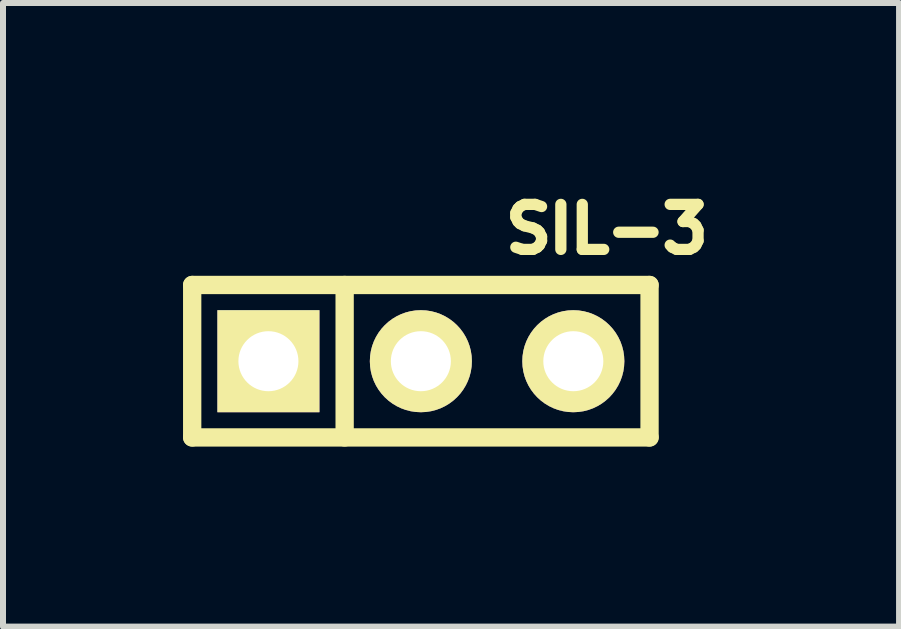
<source format=kicad_pcb>
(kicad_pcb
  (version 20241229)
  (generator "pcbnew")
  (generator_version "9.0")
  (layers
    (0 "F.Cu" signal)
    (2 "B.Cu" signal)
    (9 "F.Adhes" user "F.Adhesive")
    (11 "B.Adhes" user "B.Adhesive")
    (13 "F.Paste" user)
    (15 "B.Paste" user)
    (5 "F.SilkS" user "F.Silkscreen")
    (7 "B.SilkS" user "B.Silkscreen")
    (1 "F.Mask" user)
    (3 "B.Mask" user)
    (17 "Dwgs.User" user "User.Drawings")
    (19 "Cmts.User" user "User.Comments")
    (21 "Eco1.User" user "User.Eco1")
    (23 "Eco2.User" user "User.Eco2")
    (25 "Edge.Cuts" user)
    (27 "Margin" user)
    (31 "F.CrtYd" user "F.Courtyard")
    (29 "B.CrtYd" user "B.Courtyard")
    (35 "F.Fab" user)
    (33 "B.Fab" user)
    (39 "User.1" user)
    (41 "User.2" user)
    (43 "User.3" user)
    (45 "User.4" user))
  (footprint "SIL-3"
    (layer "F.Cu")
    (at 3.962 2.968)
    (property "Reference" "SIL-3" (at 3.1 -2.2 0) (layer "F.SilkS") (effects (font (size 0.75 0.75) (thickness 0.188))))
    (attr through_hole)
    (fp_line (start -3.81 -1.27) (end 3.81 -1.27) (stroke (width 0.305) (type solid)) (layer "F.SilkS"))
    (fp_line (start -3.81 1.27) (end -3.81 -1.27) (stroke (width 0.305) (type solid)) (layer "F.SilkS"))
    (fp_line (start -1.27 -1.27) (end -1.27 1.27) (stroke (width 0.305) (type solid)) (layer "F.SilkS"))
    (fp_line (start 3.81 -1.27) (end 3.81 1.27) (stroke (width 0.305) (type solid)) (layer "F.SilkS"))
    (fp_line (start 3.81 1.27) (end -3.81 1.27) (stroke (width 0.305) (type solid)) (layer "F.SilkS"))
    (pad "1" thru_hole rect (at -2.54 0) (size 1.7 1.7) (drill 1) (layers "*.Cu" "*.Mask" "F.SilkS"))
    (pad "2" thru_hole circle (at 0 0) (size 1.7 1.7) (drill 1) (layers "*.Cu" "*.Mask" "F.SilkS"))
    (pad "3" thru_hole circle (at 2.54 0) (size 1.7 1.7) (drill 1) (layers "*.Cu" "*.Mask" "F.SilkS")))
  (gr_rect
    (start -3 -3)
    (end 11.929 7.39)
    (stroke (width 0.1) (type default))
    (fill no)
    (layer "Edge.Cuts")))
</source>
